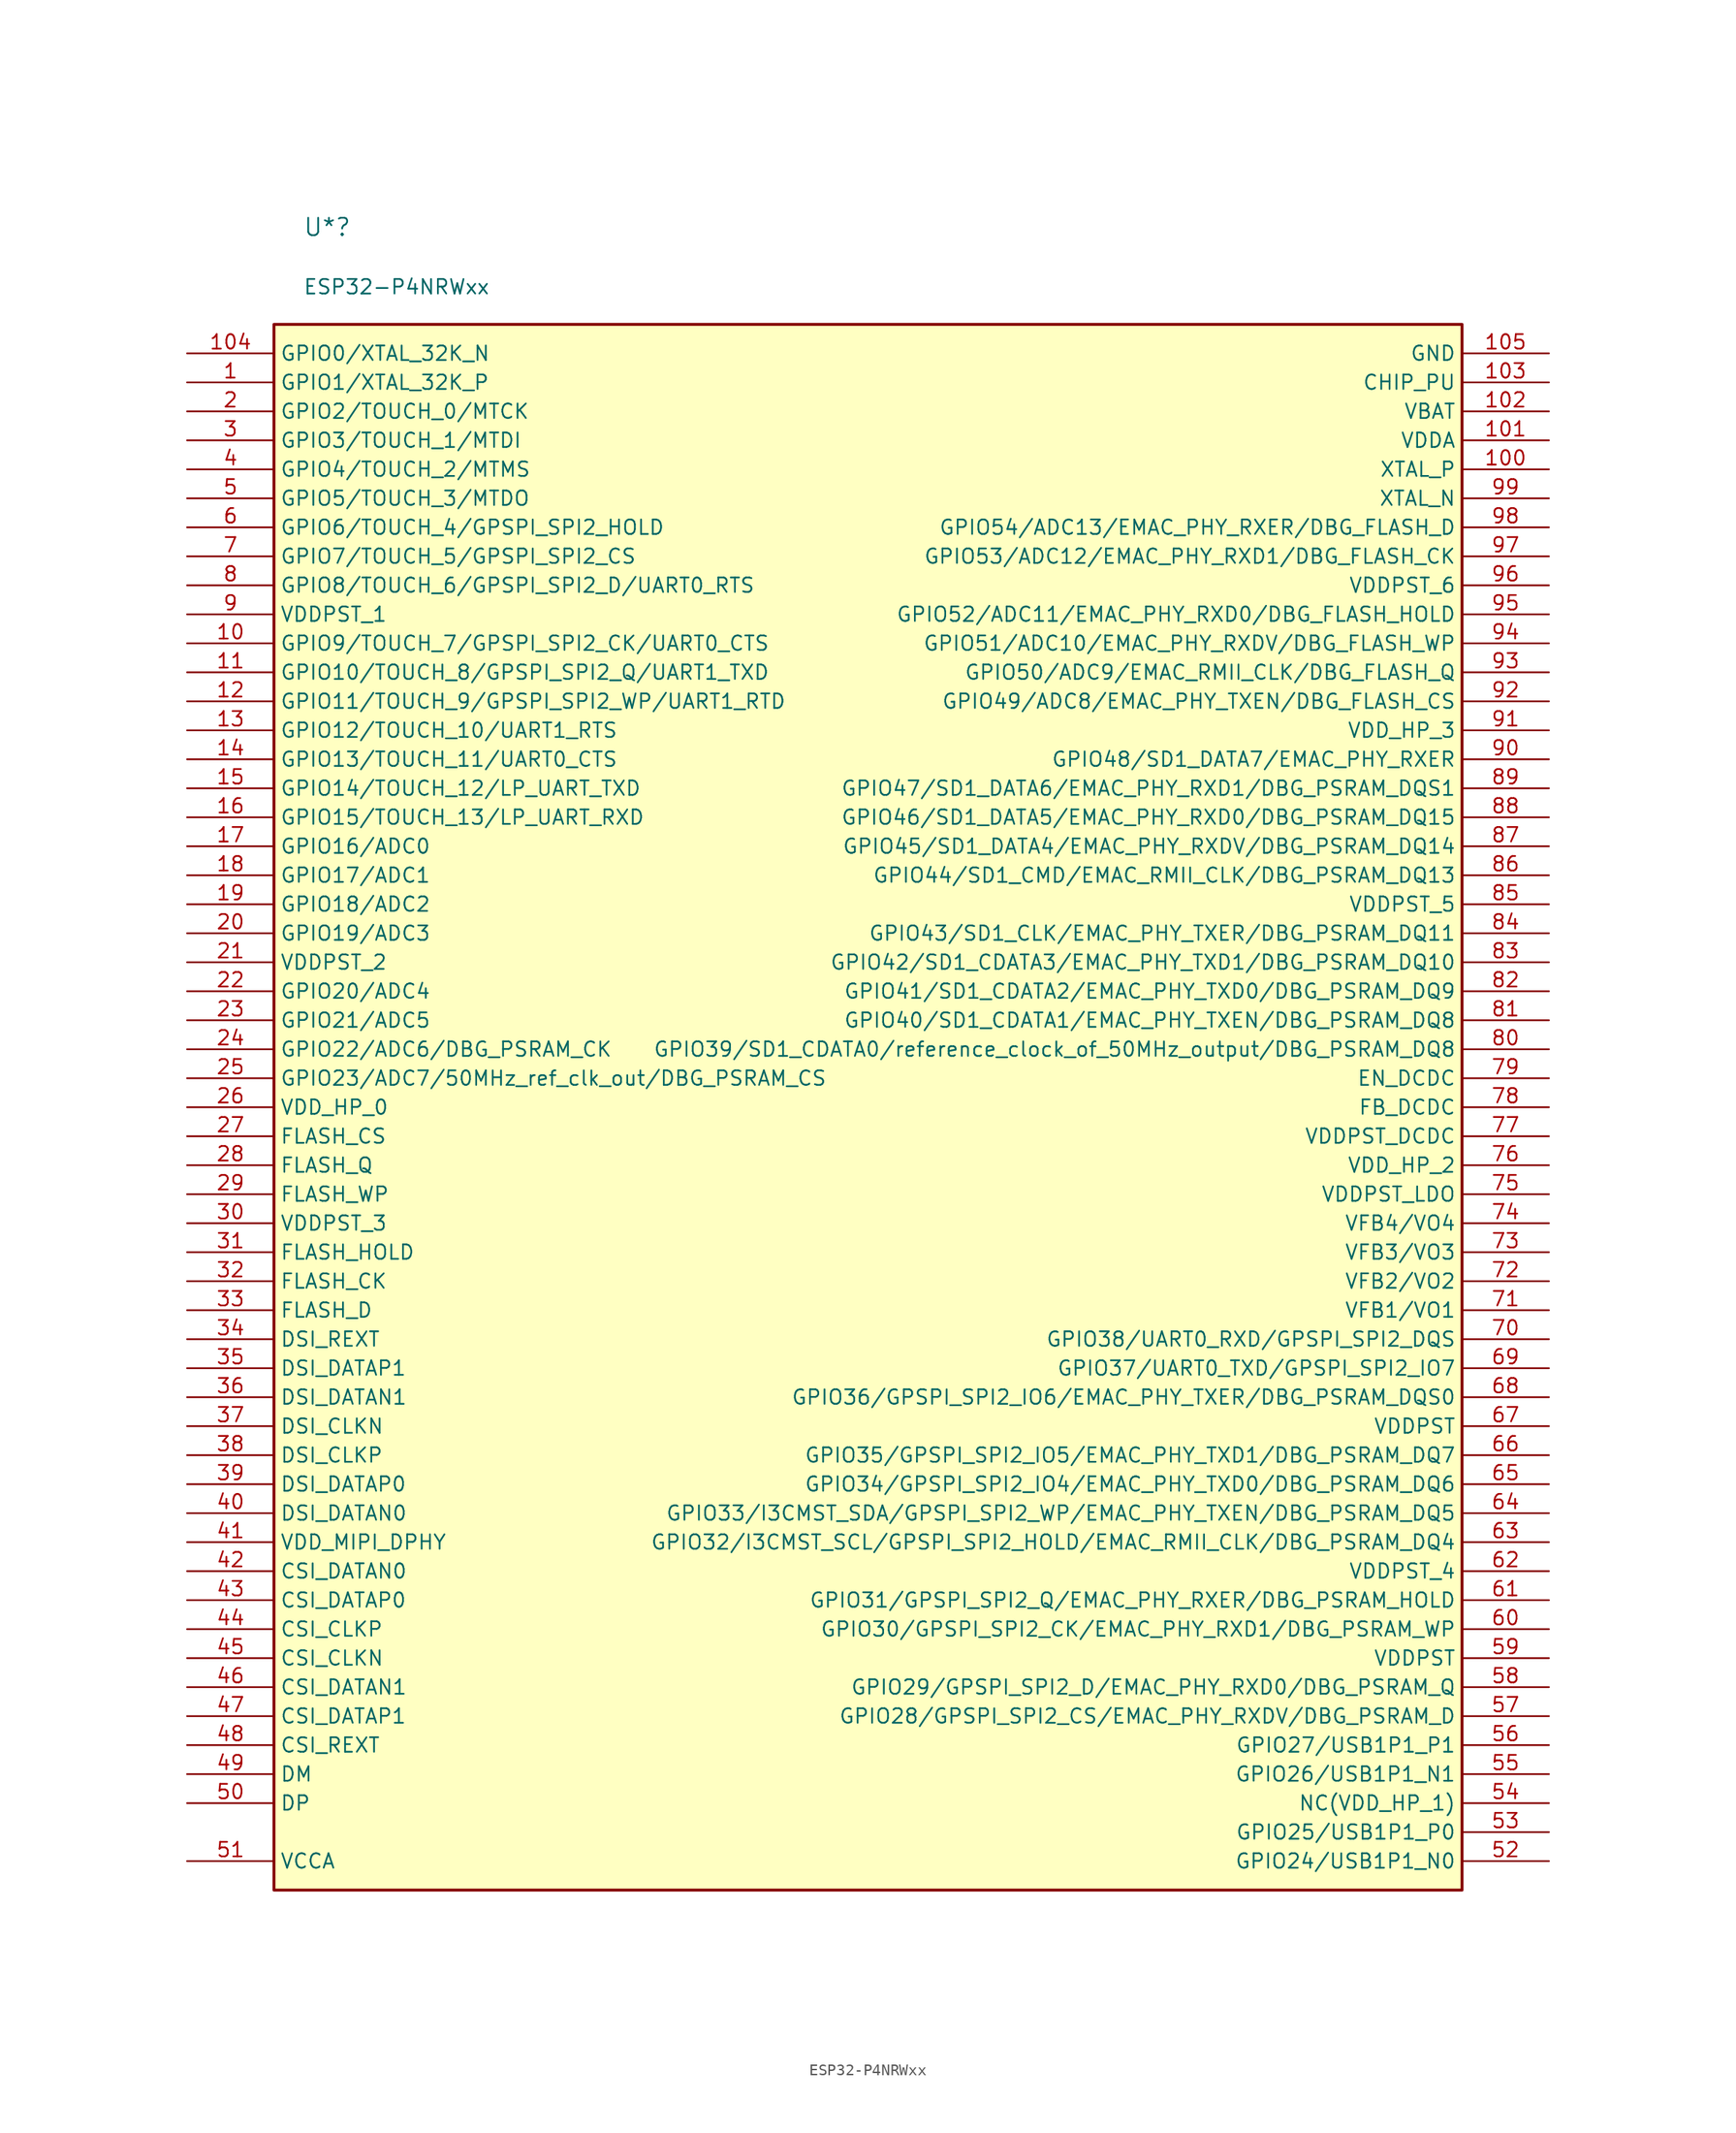
<source format=kicad_sym>
(kicad_symbol_lib
  (version 20220914)
  (generator kicad_symbol_editor)
  (symbol "ESP32-P4NRWxx"
    (property "Reference" "U*"
      (at -48.26 76.2 0)
      (effects (font (size 1.524 1.524)) (justify left bottom)))
    (property "Value" "ESP32-P4NRWxx"
      (at -48.26 71.12 0)
      (effects (font (size 1.27 1.27)) (justify left bottom)))
    (symbol "ESP32-P4NRWxx_1_0"
      (rectangle (start -50.8 68.58) (end 53.34 -68.58) (stroke (width 0.254) (type solid)) (fill (type background)))
      (pin passive line (at -58.42 63.5 0) (length 7.62) (name "GPIO1/XTAL_32K_P" (effects (font (size 1.27 1.27)))) (number "1" (effects (font (size 1.27 1.27)))))
      (pin passive line (at -58.42 40.64 0) (length 7.62) (name "GPIO9/TOUCH_7/GPSPI_SPI2_CK/UART0_CTS" (effects (font (size 1.27 1.27)))) (number "10" (effects (font (size 1.27 1.27)))))
      (pin passive line (at 60.96 55.88 180) (length 7.62) (name "XTAL_P" (effects (font (size 1.27 1.27)))) (number "100" (effects (font (size 1.27 1.27)))))
      (pin power_in line (at 60.96 58.42 180) (length 7.62) (name "VDDA" (effects (font (size 1.27 1.27)))) (number "101" (effects (font (size 1.27 1.27)))))
      (pin power_in line (at 60.96 60.96 180) (length 7.62) (name "VBAT" (effects (font (size 1.27 1.27)))) (number "102" (effects (font (size 1.27 1.27)))))
      (pin input line (at 60.96 63.5 180) (length 7.62) (name "CHIP_PU" (effects (font (size 1.27 1.27)))) (number "103" (effects (font (size 1.27 1.27)))))
      (pin passive line (at -58.42 66.04 0) (length 7.62) (name "GPIO0/XTAL_32K_N" (effects (font (size 1.27 1.27)))) (number "104" (effects (font (size 1.27 1.27)))))
      (pin power_in line (at 60.96 66.04 180) (length 7.62) (name "GND" (effects (font (size 1.27 1.27)))) (number "105" (effects (font (size 1.27 1.27)))))
      (pin passive line (at -58.42 38.1 0) (length 7.62) (name "GPIO10/TOUCH_8/GPSPI_SPI2_Q/UART1_TXD" (effects (font (size 1.27 1.27)))) (number "11" (effects (font (size 1.27 1.27)))))
      (pin passive line (at -58.42 35.56 0) (length 7.62) (name "GPIO11/TOUCH_9/GPSPI_SPI2_WP/UART1_RTD" (effects (font (size 1.27 1.27)))) (number "12" (effects (font (size 1.27 1.27)))))
      (pin passive line (at -58.42 33.02 0) (length 7.62) (name "GPIO12/TOUCH_10/UART1_RTS" (effects (font (size 1.27 1.27)))) (number "13" (effects (font (size 1.27 1.27)))))
      (pin passive line (at -58.42 30.48 0) (length 7.62) (name "GPIO13/TOUCH_11/UART0_CTS" (effects (font (size 1.27 1.27)))) (number "14" (effects (font (size 1.27 1.27)))))
      (pin passive line (at -58.42 27.94 0) (length 7.62) (name "GPIO14/TOUCH_12/LP_UART_TXD" (effects (font (size 1.27 1.27)))) (number "15" (effects (font (size 1.27 1.27)))))
      (pin passive line (at -58.42 25.4 0) (length 7.62) (name "GPIO15/TOUCH_13/LP_UART_RXD" (effects (font (size 1.27 1.27)))) (number "16" (effects (font (size 1.27 1.27)))))
      (pin passive line (at -58.42 22.86 0) (length 7.62) (name "GPIO16/ADC0" (effects (font (size 1.27 1.27)))) (number "17" (effects (font (size 1.27 1.27)))))
      (pin passive line (at -58.42 20.32 0) (length 7.62) (name "GPIO17/ADC1" (effects (font (size 1.27 1.27)))) (number "18" (effects (font (size 1.27 1.27)))))
      (pin passive line (at -58.42 17.78 0) (length 7.62) (name "GPIO18/ADC2" (effects (font (size 1.27 1.27)))) (number "19" (effects (font (size 1.27 1.27)))))
      (pin passive line (at -58.42 60.96 0) (length 7.62) (name "GPIO2/TOUCH_0/MTCK" (effects (font (size 1.27 1.27)))) (number "2" (effects (font (size 1.27 1.27)))))
      (pin passive line (at -58.42 15.24 0) (length 7.62) (name "GPIO19/ADC3" (effects (font (size 1.27 1.27)))) (number "20" (effects (font (size 1.27 1.27)))))
      (pin power_in line (at -58.42 12.7 0) (length 7.62) (name "VDDPST_2" (effects (font (size 1.27 1.27)))) (number "21" (effects (font (size 1.27 1.27)))))
      (pin passive line (at -58.42 10.16 0) (length 7.62) (name "GPIO20/ADC4" (effects (font (size 1.27 1.27)))) (number "22" (effects (font (size 1.27 1.27)))))
      (pin passive line (at -58.42 7.62 0) (length 7.62) (name "GPIO21/ADC5" (effects (font (size 1.27 1.27)))) (number "23" (effects (font (size 1.27 1.27)))))
      (pin passive line (at -58.42 5.08 0) (length 7.62) (name "GPIO22/ADC6/DBG_PSRAM_CK" (effects (font (size 1.27 1.27)))) (number "24" (effects (font (size 1.27 1.27)))))
      (pin passive line (at -58.42 2.54 0) (length 7.62) (name "GPIO23/ADC7/50MHz_ref_clk_out/DBG_PSRAM_CS" (effects (font (size 1.27 1.27)))) (number "25" (effects (font (size 1.27 1.27)))))
      (pin power_in line (at -58.42 0 0) (length 7.62) (name "VDD_HP_0" (effects (font (size 1.27 1.27)))) (number "26" (effects (font (size 1.27 1.27)))))
      (pin passive line (at -58.42 -2.54 0) (length 7.62) (name "FLASH_CS" (effects (font (size 1.27 1.27)))) (number "27" (effects (font (size 1.27 1.27)))))
      (pin passive line (at -58.42 -5.08 0) (length 7.62) (name "FLASH_Q" (effects (font (size 1.27 1.27)))) (number "28" (effects (font (size 1.27 1.27)))))
      (pin passive line (at -58.42 -7.62 0) (length 7.62) (name "FLASH_WP" (effects (font (size 1.27 1.27)))) (number "29" (effects (font (size 1.27 1.27)))))
      (pin passive line (at -58.42 58.42 0) (length 7.62) (name "GPIO3/TOUCH_1/MTDI" (effects (font (size 1.27 1.27)))) (number "3" (effects (font (size 1.27 1.27)))))
      (pin power_in line (at -58.42 -10.16 0) (length 7.62) (name "VDDPST_3" (effects (font (size 1.27 1.27)))) (number "30" (effects (font (size 1.27 1.27)))))
      (pin passive line (at -58.42 -12.7 0) (length 7.62) (name "FLASH_HOLD" (effects (font (size 1.27 1.27)))) (number "31" (effects (font (size 1.27 1.27)))))
      (pin passive line (at -58.42 -15.24 0) (length 7.62) (name "FLASH_CK" (effects (font (size 1.27 1.27)))) (number "32" (effects (font (size 1.27 1.27)))))
      (pin passive line (at -58.42 -17.78 0) (length 7.62) (name "FLASH_D" (effects (font (size 1.27 1.27)))) (number "33" (effects (font (size 1.27 1.27)))))
      (pin passive line (at -58.42 -20.32 0) (length 7.62) (name "DSI_REXT" (effects (font (size 1.27 1.27)))) (number "34" (effects (font (size 1.27 1.27)))))
      (pin passive line (at -58.42 -22.86 0) (length 7.62) (name "DSI_DATAP1" (effects (font (size 1.27 1.27)))) (number "35" (effects (font (size 1.27 1.27)))))
      (pin passive line (at -58.42 -25.4 0) (length 7.62) (name "DSI_DATAN1" (effects (font (size 1.27 1.27)))) (number "36" (effects (font (size 1.27 1.27)))))
      (pin passive line (at -58.42 -27.94 0) (length 7.62) (name "DSI_CLKN" (effects (font (size 1.27 1.27)))) (number "37" (effects (font (size 1.27 1.27)))))
      (pin passive line (at -58.42 -30.48 0) (length 7.62) (name "DSI_CLKP" (effects (font (size 1.27 1.27)))) (number "38" (effects (font (size 1.27 1.27)))))
      (pin passive line (at -58.42 -33.02 0) (length 7.62) (name "DSI_DATAP0" (effects (font (size 1.27 1.27)))) (number "39" (effects (font (size 1.27 1.27)))))
      (pin passive line (at -58.42 55.88 0) (length 7.62) (name "GPIO4/TOUCH_2/MTMS" (effects (font (size 1.27 1.27)))) (number "4" (effects (font (size 1.27 1.27)))))
      (pin passive line (at -58.42 -35.56 0) (length 7.62) (name "DSI_DATAN0" (effects (font (size 1.27 1.27)))) (number "40" (effects (font (size 1.27 1.27)))))
      (pin power_in line (at -58.42 -38.1 0) (length 7.62) (name "VDD_MIPI_DPHY" (effects (font (size 1.27 1.27)))) (number "41" (effects (font (size 1.27 1.27)))))
      (pin passive line (at -58.42 -40.64 0) (length 7.62) (name "CSI_DATAN0" (effects (font (size 1.27 1.27)))) (number "42" (effects (font (size 1.27 1.27)))))
      (pin passive line (at -58.42 -43.18 0) (length 7.62) (name "CSI_DATAP0" (effects (font (size 1.27 1.27)))) (number "43" (effects (font (size 1.27 1.27)))))
      (pin passive line (at -58.42 -45.72 0) (length 7.62) (name "CSI_CLKP" (effects (font (size 1.27 1.27)))) (number "44" (effects (font (size 1.27 1.27)))))
      (pin passive line (at -58.42 -48.26 0) (length 7.62) (name "CSI_CLKN" (effects (font (size 1.27 1.27)))) (number "45" (effects (font (size 1.27 1.27)))))
      (pin passive line (at -58.42 -50.8 0) (length 7.62) (name "CSI_DATAN1" (effects (font (size 1.27 1.27)))) (number "46" (effects (font (size 1.27 1.27)))))
      (pin passive line (at -58.42 -53.34 0) (length 7.62) (name "CSI_DATAP1" (effects (font (size 1.27 1.27)))) (number "47" (effects (font (size 1.27 1.27)))))
      (pin passive line (at -58.42 -55.88 0) (length 7.62) (name "CSI_REXT" (effects (font (size 1.27 1.27)))) (number "48" (effects (font (size 1.27 1.27)))))
      (pin passive line (at -58.42 -58.42 0) (length 7.62) (name "DM" (effects (font (size 1.27 1.27)))) (number "49" (effects (font (size 1.27 1.27)))))
      (pin passive line (at -58.42 53.34 0) (length 7.62) (name "GPIO5/TOUCH_3/MTDO" (effects (font (size 1.27 1.27)))) (number "5" (effects (font (size 1.27 1.27)))))
      (pin passive line (at -58.42 -60.96 0) (length 7.62) (name "DP" (effects (font (size 1.27 1.27)))) (number "50" (effects (font (size 1.27 1.27)))))
      (pin power_in line (at -58.42 -66.04 0) (length 7.62) (name "VCCA" (effects (font (size 1.27 1.27)))) (number "51" (effects (font (size 1.27 1.27)))))
      (pin passive line (at 60.96 -66.04 180) (length 7.62) (name "GPIO24/USB1P1_N0" (effects (font (size 1.27 1.27)))) (number "52" (effects (font (size 1.27 1.27)))))
      (pin passive line (at 60.96 -63.5 180) (length 7.62) (name "GPIO25/USB1P1_P0" (effects (font (size 1.27 1.27)))) (number "53" (effects (font (size 1.27 1.27)))))
      (pin power_in line (at 60.96 -60.96 180) (length 7.62) (name "NC(VDD_HP_1)" (effects (font (size 1.27 1.27)))) (number "54" (effects (font (size 1.27 1.27)))))
      (pin passive line (at 60.96 -58.42 180) (length 7.62) (name "GPIO26/USB1P1_N1" (effects (font (size 1.27 1.27)))) (number "55" (effects (font (size 1.27 1.27)))))
      (pin passive line (at 60.96 -55.88 180) (length 7.62) (name "GPIO27/USB1P1_P1" (effects (font (size 1.27 1.27)))) (number "56" (effects (font (size 1.27 1.27)))))
      (pin passive line (at 60.96 -53.34 180) (length 7.62) (name "GPIO28/GPSPI_SPI2_CS/EMAC_PHY_RXDV/DBG_PSRAM_D" (effects (font (size 1.27 1.27)))) (number "57" (effects (font (size 1.27 1.27)))))
      (pin passive line (at 60.96 -50.8 180) (length 7.62) (name "GPIO29/GPSPI_SPI2_D/EMAC_PHY_RXD0/DBG_PSRAM_Q" (effects (font (size 1.27 1.27)))) (number "58" (effects (font (size 1.27 1.27)))))
      (pin power_in line (at 60.96 -48.26 180) (length 7.62) (name "VDDPST" (effects (font (size 1.27 1.27)))) (number "59" (effects (font (size 1.27 1.27)))))
      (pin passive line (at -58.42 50.8 0) (length 7.62) (name "GPIO6/TOUCH_4/GPSPI_SPI2_HOLD" (effects (font (size 1.27 1.27)))) (number "6" (effects (font (size 1.27 1.27)))))
      (pin passive line (at 60.96 -45.72 180) (length 7.62) (name "GPIO30/GPSPI_SPI2_CK/EMAC_PHY_RXD1/DBG_PSRAM_WP" (effects (font (size 1.27 1.27)))) (number "60" (effects (font (size 1.27 1.27)))))
      (pin passive line (at 60.96 -43.18 180) (length 7.62) (name "GPIO31/GPSPI_SPI2_Q/EMAC_PHY_RXER/DBG_PSRAM_HOLD" (effects (font (size 1.27 1.27)))) (number "61" (effects (font (size 1.27 1.27)))))
      (pin power_in line (at 60.96 -40.64 180) (length 7.62) (name "VDDPST_4" (effects (font (size 1.27 1.27)))) (number "62" (effects (font (size 1.27 1.27)))))
      (pin passive line (at 60.96 -38.1 180) (length 7.62) (name "GPIO32/I3CMST_SCL/GPSPI_SPI2_HOLD/EMAC_RMII_CLK/DBG_PSRAM_DQ4" (effects (font (size 1.27 1.27)))) (number "63" (effects (font (size 1.27 1.27)))))
      (pin passive line (at 60.96 -35.56 180) (length 7.62) (name "GPIO33/I3CMST_SDA/GPSPI_SPI2_WP/EMAC_PHY_TXEN/DBG_PSRAM_DQ5" (effects (font (size 1.27 1.27)))) (number "64" (effects (font (size 1.27 1.27)))))
      (pin passive line (at 60.96 -33.02 180) (length 7.62) (name "GPIO34/GPSPI_SPI2_IO4/EMAC_PHY_TXD0/DBG_PSRAM_DQ6" (effects (font (size 1.27 1.27)))) (number "65" (effects (font (size 1.27 1.27)))))
      (pin passive line (at 60.96 -30.48 180) (length 7.62) (name "GPIO35/GPSPI_SPI2_IO5/EMAC_PHY_TXD1/DBG_PSRAM_DQ7" (effects (font (size 1.27 1.27)))) (number "66" (effects (font (size 1.27 1.27)))))
      (pin power_in line (at 60.96 -27.94 180) (length 7.62) (name "VDDPST" (effects (font (size 1.27 1.27)))) (number "67" (effects (font (size 1.27 1.27)))))
      (pin passive line (at 60.96 -25.4 180) (length 7.62) (name "GPIO36/GPSPI_SPI2_IO6/EMAC_PHY_TXER/DBG_PSRAM_DQS0" (effects (font (size 1.27 1.27)))) (number "68" (effects (font (size 1.27 1.27)))))
      (pin passive line (at 60.96 -22.86 180) (length 7.62) (name "GPIO37/UART0_TXD/GPSPI_SPI2_IO7" (effects (font (size 1.27 1.27)))) (number "69" (effects (font (size 1.27 1.27)))))
      (pin passive line (at -58.42 48.26 0) (length 7.62) (name "GPIO7/TOUCH_5/GPSPI_SPI2_CS" (effects (font (size 1.27 1.27)))) (number "7" (effects (font (size 1.27 1.27)))))
      (pin passive line (at 60.96 -20.32 180) (length 7.62) (name "GPIO38/UART0_RXD/GPSPI_SPI2_DQS" (effects (font (size 1.27 1.27)))) (number "70" (effects (font (size 1.27 1.27)))))
      (pin power_out line (at 60.96 -17.78 180) (length 7.62) (name "VFB1/VO1" (effects (font (size 1.27 1.27)))) (number "71" (effects (font (size 1.27 1.27)))))
      (pin power_out line (at 60.96 -15.24 180) (length 7.62) (name "VFB2/VO2" (effects (font (size 1.27 1.27)))) (number "72" (effects (font (size 1.27 1.27)))))
      (pin power_out line (at 60.96 -12.7 180) (length 7.62) (name "VFB3/VO3" (effects (font (size 1.27 1.27)))) (number "73" (effects (font (size 1.27 1.27)))))
      (pin power_out line (at 60.96 -10.16 180) (length 7.62) (name "VFB4/VO4" (effects (font (size 1.27 1.27)))) (number "74" (effects (font (size 1.27 1.27)))))
      (pin power_in line (at 60.96 -7.62 180) (length 7.62) (name "VDDPST_LDO" (effects (font (size 1.27 1.27)))) (number "75" (effects (font (size 1.27 1.27)))))
      (pin power_in line (at 60.96 -5.08 180) (length 7.62) (name "VDD_HP_2" (effects (font (size 1.27 1.27)))) (number "76" (effects (font (size 1.27 1.27)))))
      (pin power_in line (at 60.96 -2.54 180) (length 7.62) (name "VDDPST_DCDC" (effects (font (size 1.27 1.27)))) (number "77" (effects (font (size 1.27 1.27)))))
      (pin input line (at 60.96 0 180) (length 7.62) (name "FB_DCDC" (effects (font (size 1.27 1.27)))) (number "78" (effects (font (size 1.27 1.27)))))
      (pin output line (at 60.96 2.54 180) (length 7.62) (name "EN_DCDC" (effects (font (size 1.27 1.27)))) (number "79" (effects (font (size 1.27 1.27)))))
      (pin passive line (at -58.42 45.72 0) (length 7.62) (name "GPIO8/TOUCH_6/GPSPI_SPI2_D/UART0_RTS" (effects (font (size 1.27 1.27)))) (number "8" (effects (font (size 1.27 1.27)))))
      (pin passive line (at 60.96 5.08 180) (length 7.62) (name "GPIO39/SD1_CDATA0/reference_clock_of_50MHz_output/DBG_PSRAM_DQ8" (effects (font (size 1.27 1.27)))) (number "80" (effects (font (size 1.27 1.27)))))
      (pin passive line (at 60.96 7.62 180) (length 7.62) (name "GPIO40/SD1_CDATA1/EMAC_PHY_TXEN/DBG_PSRAM_DQ8" (effects (font (size 1.27 1.27)))) (number "81" (effects (font (size 1.27 1.27)))))
      (pin passive line (at 60.96 10.16 180) (length 7.62) (name "GPIO41/SD1_CDATA2/EMAC_PHY_TXD0/DBG_PSRAM_DQ9" (effects (font (size 1.27 1.27)))) (number "82" (effects (font (size 1.27 1.27)))))
      (pin passive line (at 60.96 12.7 180) (length 7.62) (name "GPIO42/SD1_CDATA3/EMAC_PHY_TXD1/DBG_PSRAM_DQ10" (effects (font (size 1.27 1.27)))) (number "83" (effects (font (size 1.27 1.27)))))
      (pin passive line (at 60.96 15.24 180) (length 7.62) (name "GPIO43/SD1_CLK/EMAC_PHY_TXER/DBG_PSRAM_DQ11" (effects (font (size 1.27 1.27)))) (number "84" (effects (font (size 1.27 1.27)))))
      (pin power_in line (at 60.96 17.78 180) (length 7.62) (name "VDDPST_5" (effects (font (size 1.27 1.27)))) (number "85" (effects (font (size 1.27 1.27)))))
      (pin passive line (at 60.96 20.32 180) (length 7.62) (name "GPIO44/SD1_CMD/EMAC_RMII_CLK/DBG_PSRAM_DQ13" (effects (font (size 1.27 1.27)))) (number "86" (effects (font (size 1.27 1.27)))))
      (pin passive line (at 60.96 22.86 180) (length 7.62) (name "GPIO45/SD1_DATA4/EMAC_PHY_RXDV/DBG_PSRAM_DQ14" (effects (font (size 1.27 1.27)))) (number "87" (effects (font (size 1.27 1.27)))))
      (pin passive line (at 60.96 25.4 180) (length 7.62) (name "GPIO46/SD1_DATA5/EMAC_PHY_RXD0/DBG_PSRAM_DQ15" (effects (font (size 1.27 1.27)))) (number "88" (effects (font (size 1.27 1.27)))))
      (pin passive line (at 60.96 27.94 180) (length 7.62) (name "GPIO47/SD1_DATA6/EMAC_PHY_RXD1/DBG_PSRAM_DQS1" (effects (font (size 1.27 1.27)))) (number "89" (effects (font (size 1.27 1.27)))))
      (pin power_in line (at -58.42 43.18 0) (length 7.62) (name "VDDPST_1" (effects (font (size 1.27 1.27)))) (number "9" (effects (font (size 1.27 1.27)))))
      (pin passive line (at 60.96 30.48 180) (length 7.62) (name "GPIO48/SD1_DATA7/EMAC_PHY_RXER" (effects (font (size 1.27 1.27)))) (number "90" (effects (font (size 1.27 1.27)))))
      (pin power_in line (at 60.96 33.02 180) (length 7.62) (name "VDD_HP_3" (effects (font (size 1.27 1.27)))) (number "91" (effects (font (size 1.27 1.27)))))
      (pin passive line (at 60.96 35.56 180) (length 7.62) (name "GPIO49/ADC8/EMAC_PHY_TXEN/DBG_FLASH_CS" (effects (font (size 1.27 1.27)))) (number "92" (effects (font (size 1.27 1.27)))))
      (pin passive line (at 60.96 38.1 180) (length 7.62) (name "GPIO50/ADC9/EMAC_RMII_CLK/DBG_FLASH_Q" (effects (font (size 1.27 1.27)))) (number "93" (effects (font (size 1.27 1.27)))))
      (pin passive line (at 60.96 40.64 180) (length 7.62) (name "GPIO51/ADC10/EMAC_PHY_RXDV/DBG_FLASH_WP" (effects (font (size 1.27 1.27)))) (number "94" (effects (font (size 1.27 1.27)))))
      (pin passive line (at 60.96 43.18 180) (length 7.62) (name "GPIO52/ADC11/EMAC_PHY_RXD0/DBG_FLASH_HOLD" (effects (font (size 1.27 1.27)))) (number "95" (effects (font (size 1.27 1.27)))))
      (pin power_in line (at 60.96 45.72 180) (length 7.62) (name "VDDPST_6" (effects (font (size 1.27 1.27)))) (number "96" (effects (font (size 1.27 1.27)))))
      (pin passive line (at 60.96 48.26 180) (length 7.62) (name "GPIO53/ADC12/EMAC_PHY_RXD1/DBG_FLASH_CK" (effects (font (size 1.27 1.27)))) (number "97" (effects (font (size 1.27 1.27)))))
      (pin passive line (at 60.96 50.8 180) (length 7.62) (name "GPIO54/ADC13/EMAC_PHY_RXER/DBG_FLASH_D" (effects (font (size 1.27 1.27)))) (number "98" (effects (font (size 1.27 1.27)))))
      (pin passive line (at 60.96 53.34 180) (length 7.62) (name "XTAL_N" (effects (font (size 1.27 1.27)))) (number "99" (effects (font (size 1.27 1.27))))))))
</source>
